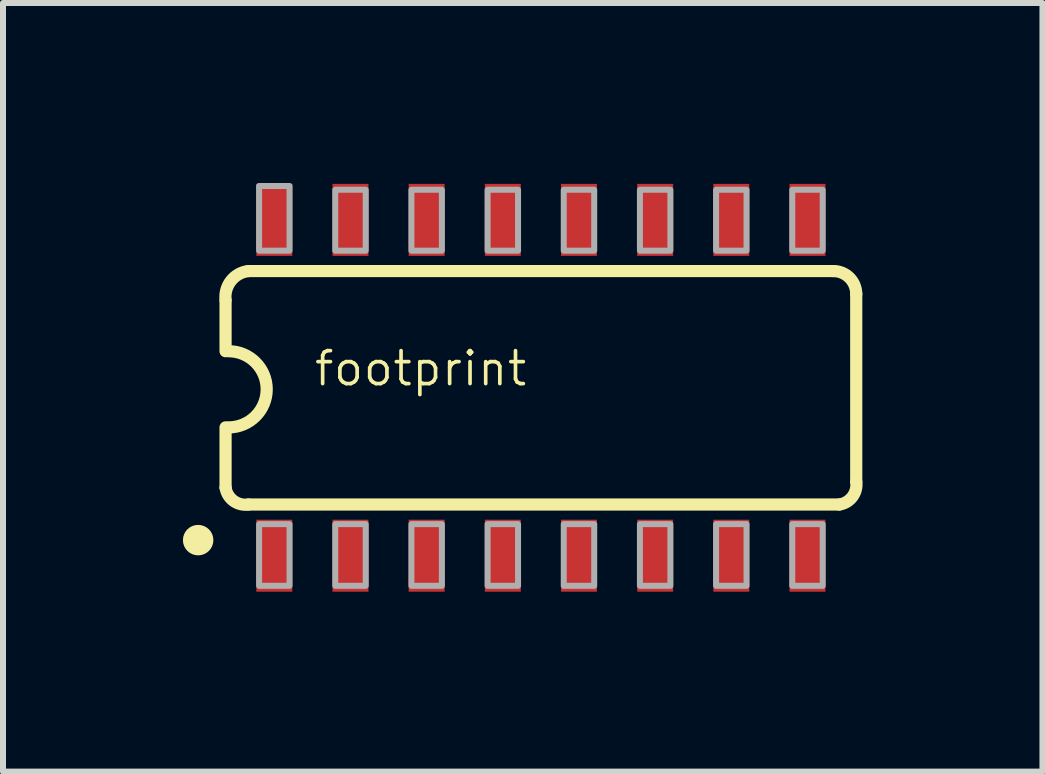
<source format=kicad_pcb>
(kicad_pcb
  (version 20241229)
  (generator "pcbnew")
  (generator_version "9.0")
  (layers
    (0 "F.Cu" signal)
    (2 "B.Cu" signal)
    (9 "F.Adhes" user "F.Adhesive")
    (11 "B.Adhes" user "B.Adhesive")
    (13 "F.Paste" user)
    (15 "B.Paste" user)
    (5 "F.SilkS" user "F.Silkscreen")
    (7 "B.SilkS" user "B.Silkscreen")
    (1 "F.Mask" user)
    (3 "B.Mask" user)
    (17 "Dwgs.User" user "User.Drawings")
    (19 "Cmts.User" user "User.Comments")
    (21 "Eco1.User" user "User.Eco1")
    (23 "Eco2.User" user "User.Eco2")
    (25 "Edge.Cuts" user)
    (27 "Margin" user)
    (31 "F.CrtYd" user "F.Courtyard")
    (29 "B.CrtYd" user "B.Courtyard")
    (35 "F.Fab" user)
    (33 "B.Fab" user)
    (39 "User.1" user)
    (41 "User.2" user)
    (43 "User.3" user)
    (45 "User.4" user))
  (footprint "footprint"
    (layer "F.Cu")
    (at 5.969 3.416)
    (property "Reference" "footprint" (at -3.81 0 0) (layer "F.SilkS") (effects (font (size 0.549 0.549) (thickness 0.061)) (justify left bottom)))
    (fp_line (start -5.258 -1.453) (end -5.258 -0.61) (stroke (width 0.203) (type solid)) (layer "F.SilkS"))
    (fp_line (start -5.258 1.665) (end -5.258 0.66) (stroke (width 0.203) (type solid)) (layer "F.SilkS"))
    (fp_line (start -4.877 1.946) (end 4.977 1.946) (stroke (width 0.203) (type solid)) (layer "F.SilkS"))
    (fp_line (start 4.877 -1.946) (end -4.877 -1.946) (stroke (width 0.203) (type solid)) (layer "F.SilkS"))
    (fp_line (start 5.258 1.565) (end 5.258 -1.565) (stroke (width 0.203) (type solid)) (layer "F.SilkS"))
    (fp_arc (start -5.2578 -1.4653) (mid -5.166948 -1.784731) (end -4.8768 -1.9463) (stroke (width 0.2032) (type solid)) (layer "F.SilkS"))
    (fp_arc (start -5.207 -0.6096) (mid -4.572 0.0254) (end -5.207 0.6604) (stroke (width 0.2032) (type solid)) (layer "F.SilkS"))
    (fp_arc (start -4.876799 1.946301) (mid -5.12554 1.884767) (end -5.2578 1.6653) (stroke (width 0.2032) (type solid)) (layer "F.SilkS"))
    (fp_arc (start 4.8768 -1.9463) (mid 5.146237 -1.834736) (end 5.2578 -1.565298) (stroke (width 0.2032) (type solid)) (layer "F.SilkS"))
    (fp_arc (start 5.2578 1.5653) (mid 5.196208 1.813997) (end 4.9768 1.9463) (stroke (width 0.2032) (type solid)) (layer "F.SilkS"))
    (fp_circle (center -5.715 2.54) (end -5.588 2.54) (stroke (width 0.254) (type solid)) (fill no) (layer "F.SilkS"))
    (fp_poly (pts (xy -4.699 -2.286) (xy -4.191 -2.286) (xy -4.191 -3.365) (xy -4.699 -3.365)) (stroke (width 0.1) (type solid)) (fill no) (layer "F.Fab"))
    (fp_poly (pts (xy -4.699 3.302) (xy -4.191 3.302) (xy -4.191 2.273) (xy -4.699 2.273)) (stroke (width 0.1) (type solid)) (fill no) (layer "F.Fab"))
    (fp_poly (pts (xy -3.429 -2.286) (xy -2.921 -2.286) (xy -2.921 -3.302) (xy -3.429 -3.302)) (stroke (width 0.1) (type solid)) (fill no) (layer "F.Fab"))
    (fp_poly (pts (xy -3.429 3.302) (xy -2.921 3.302) (xy -2.921 2.273) (xy -3.429 2.273)) (stroke (width 0.1) (type solid)) (fill no) (layer "F.Fab"))
    (fp_poly (pts (xy -2.159 -2.286) (xy -1.651 -2.286) (xy -1.651 -3.302) (xy -2.159 -3.302)) (stroke (width 0.1) (type solid)) (fill no) (layer "F.Fab"))
    (fp_poly (pts (xy -2.159 3.302) (xy -1.651 3.302) (xy -1.651 2.273) (xy -2.159 2.273)) (stroke (width 0.1) (type solid)) (fill no) (layer "F.Fab"))
    (fp_poly (pts (xy -0.889 -2.286) (xy -0.381 -2.286) (xy -0.381 -3.302) (xy -0.889 -3.302)) (stroke (width 0.1) (type solid)) (fill no) (layer "F.Fab"))
    (fp_poly (pts (xy -0.889 3.302) (xy -0.381 3.302) (xy -0.381 2.273) (xy -0.889 2.273)) (stroke (width 0.1) (type solid)) (fill no) (layer "F.Fab"))
    (fp_poly (pts (xy 0.381 -2.286) (xy 0.889 -2.286) (xy 0.889 -3.302) (xy 0.381 -3.302)) (stroke (width 0.1) (type solid)) (fill no) (layer "F.Fab"))
    (fp_poly (pts (xy 0.381 3.302) (xy 0.889 3.302) (xy 0.889 2.273) (xy 0.381 2.273)) (stroke (width 0.1) (type solid)) (fill no) (layer "F.Fab"))
    (fp_poly (pts (xy 1.651 -2.286) (xy 2.159 -2.286) (xy 2.159 -3.302) (xy 1.651 -3.302)) (stroke (width 0.1) (type solid)) (fill no) (layer "F.Fab"))
    (fp_poly (pts (xy 1.651 3.302) (xy 2.159 3.302) (xy 2.159 2.273) (xy 1.651 2.273)) (stroke (width 0.1) (type solid)) (fill no) (layer "F.Fab"))
    (fp_poly (pts (xy 2.921 -2.286) (xy 3.429 -2.286) (xy 3.429 -3.302) (xy 2.921 -3.302)) (stroke (width 0.1) (type solid)) (fill no) (layer "F.Fab"))
    (fp_poly (pts (xy 2.921 3.302) (xy 3.429 3.302) (xy 3.429 2.273) (xy 2.921 2.273)) (stroke (width 0.1) (type solid)) (fill no) (layer "F.Fab"))
    (fp_poly (pts (xy 4.191 -2.286) (xy 4.699 -2.286) (xy 4.699 -3.302) (xy 4.191 -3.302)) (stroke (width 0.1) (type solid)) (fill no) (layer "F.Fab"))
    (fp_poly (pts (xy 4.191 3.302) (xy 4.699 3.302) (xy 4.699 2.273) (xy 4.191 2.273)) (stroke (width 0.1) (type solid)) (fill no) (layer "F.Fab"))
    (pad "1" smd rect (at -4.445 2.8) (size 0.6 1.2) (layers "F.Cu" "F.Mask" "F.Paste"))
    (pad "2" smd rect (at -3.175 2.8) (size 0.6 1.2) (layers "F.Cu" "F.Mask" "F.Paste"))
    (pad "3" smd rect (at -1.905 2.8) (size 0.6 1.2) (layers "F.Cu" "F.Mask" "F.Paste"))
    (pad "4" smd rect (at -0.635 2.8) (size 0.6 1.2) (layers "F.Cu" "F.Mask" "F.Paste"))
    (pad "5" smd rect (at 0.635 2.8) (size 0.6 1.2) (layers "F.Cu" "F.Mask" "F.Paste"))
    (pad "6" smd rect (at 1.905 2.8) (size 0.6 1.2) (layers "F.Cu" "F.Mask" "F.Paste"))
    (pad "7" smd rect (at 3.175 2.8) (size 0.6 1.2) (layers "F.Cu" "F.Mask" "F.Paste"))
    (pad "8" smd rect (at 4.445 2.8) (size 0.6 1.2) (layers "F.Cu" "F.Mask" "F.Paste"))
    (pad "9" smd rect (at 4.445 -2.8) (size 0.6 1.2) (layers "F.Cu" "F.Mask" "F.Paste"))
    (pad "10" smd rect (at 3.175 -2.8) (size 0.6 1.2) (layers "F.Cu" "F.Mask" "F.Paste"))
    (pad "11" smd rect (at 1.905 -2.8) (size 0.6 1.2) (layers "F.Cu" "F.Mask" "F.Paste"))
    (pad "12" smd rect (at 0.635 -2.8) (size 0.6 1.2) (layers "F.Cu" "F.Mask" "F.Paste"))
    (pad "13" smd rect (at -0.635 -2.8) (size 0.6 1.2) (layers "F.Cu" "F.Mask" "F.Paste"))
    (pad "14" smd rect (at -1.905 -2.8) (size 0.6 1.2) (layers "F.Cu" "F.Mask" "F.Paste"))
    (pad "15" smd rect (at -3.175 -2.8) (size 0.6 1.2) (layers "F.Cu" "F.Mask" "F.Paste"))
    (pad "16" smd rect (at -4.445 -2.8) (size 0.6 1.2) (layers "F.Cu" "F.Mask" "F.Paste")))
  (gr_rect
    (start -3 -3)
    (end 14.332 9.816)
    (stroke (width 0.1) (type default))
    (fill no)
    (layer "Edge.Cuts")))
</source>
